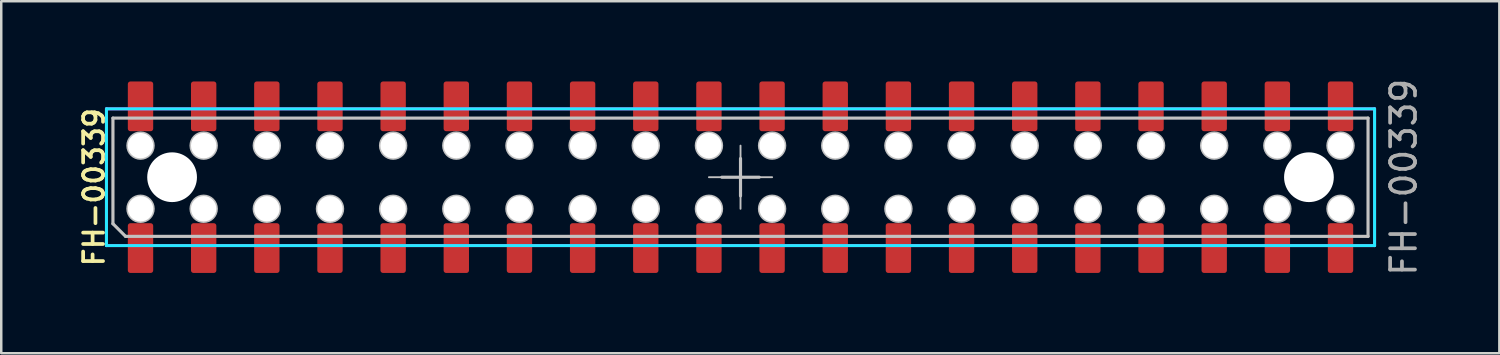
<source format=kicad_pcb>
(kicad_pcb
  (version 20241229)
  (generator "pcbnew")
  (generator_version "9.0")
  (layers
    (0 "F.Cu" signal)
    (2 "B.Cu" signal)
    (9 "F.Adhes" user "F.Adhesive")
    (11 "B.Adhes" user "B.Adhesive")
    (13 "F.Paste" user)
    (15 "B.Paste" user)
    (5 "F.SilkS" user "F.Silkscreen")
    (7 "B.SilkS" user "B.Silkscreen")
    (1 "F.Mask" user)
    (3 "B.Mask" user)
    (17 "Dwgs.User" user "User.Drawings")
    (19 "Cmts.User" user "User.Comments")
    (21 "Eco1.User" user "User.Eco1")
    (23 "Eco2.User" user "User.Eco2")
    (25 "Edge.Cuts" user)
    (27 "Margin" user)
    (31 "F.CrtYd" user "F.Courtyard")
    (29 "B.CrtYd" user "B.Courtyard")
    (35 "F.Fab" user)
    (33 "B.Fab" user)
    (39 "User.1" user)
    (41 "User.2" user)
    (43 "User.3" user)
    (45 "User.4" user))
  (footprint "FH-00339"
    (layer "F.Cu")
    (at 26.731 4.077)
    (property "Reference" "FH-00339" (at -26 0.4 270) (layer "F.SilkS") (effects (font (size 0.8 0.8) (thickness 0.15))))
    (fp_line (start -25.239 -2.377) (end 25.237 -2.377) (stroke (width 0.127) (type solid)) (layer "Dwgs.User"))
    (fp_line (start -25.239 1.871) (end -25.239 -2.377) (stroke (width 0.127) (type solid)) (layer "Dwgs.User"))
    (fp_line (start -24.731 2.379) (end -25.239 1.871) (stroke (width 0.127) (type solid)) (layer "Dwgs.User"))
    (fp_line (start -1.27 0) (end 1.27 0) (stroke (width 0.076) (type solid)) (layer "Dwgs.User"))
    (fp_line (start -0.75 0) (end 0.75 0) (stroke (width 0.127) (type solid)) (layer "Dwgs.User"))
    (fp_line (start 0 -1.27) (end 0 1.27) (stroke (width 0.076) (type solid)) (layer "Dwgs.User"))
    (fp_line (start 0 -0.75) (end 0 0.75) (stroke (width 0.127) (type solid)) (layer "Dwgs.User"))
    (fp_line (start 25.237 -2.377) (end 25.237 2.379) (stroke (width 0.127) (type solid)) (layer "Dwgs.User"))
    (fp_line (start 25.237 2.379) (end -24.731 2.379) (stroke (width 0.127) (type solid)) (layer "Dwgs.User"))
    (fp_circle (center -24.13 -1.27) (end -23.622 -1.27) (stroke (width 0.127) (type solid)) (fill no) (layer "Dwgs.User"))
    (fp_circle (center -24.13 1.27) (end -23.622 1.27) (stroke (width 0.127) (type solid)) (fill no) (layer "Dwgs.User"))
    (fp_circle (center -21.59 -1.27) (end -21.082 -1.27) (stroke (width 0.127) (type solid)) (fill no) (layer "Dwgs.User"))
    (fp_circle (center -21.59 1.27) (end -21.082 1.27) (stroke (width 0.127) (type solid)) (fill no) (layer "Dwgs.User"))
    (fp_circle (center -19.05 -1.27) (end -18.542 -1.27) (stroke (width 0.127) (type solid)) (fill no) (layer "Dwgs.User"))
    (fp_circle (center -19.05 1.27) (end -18.542 1.27) (stroke (width 0.127) (type solid)) (fill no) (layer "Dwgs.User"))
    (fp_circle (center -16.51 -1.27) (end -16.002 -1.27) (stroke (width 0.127) (type solid)) (fill no) (layer "Dwgs.User"))
    (fp_circle (center -16.51 1.27) (end -16.002 1.27) (stroke (width 0.127) (type solid)) (fill no) (layer "Dwgs.User"))
    (fp_circle (center -13.97 -1.27) (end -13.462 -1.27) (stroke (width 0.127) (type solid)) (fill no) (layer "Dwgs.User"))
    (fp_circle (center -13.97 1.27) (end -13.462 1.27) (stroke (width 0.127) (type solid)) (fill no) (layer "Dwgs.User"))
    (fp_circle (center -11.43 -1.27) (end -10.922 -1.27) (stroke (width 0.127) (type solid)) (fill no) (layer "Dwgs.User"))
    (fp_circle (center -11.43 1.27) (end -10.922 1.27) (stroke (width 0.127) (type solid)) (fill no) (layer "Dwgs.User"))
    (fp_circle (center -8.89 -1.27) (end -8.382 -1.27) (stroke (width 0.127) (type solid)) (fill no) (layer "Dwgs.User"))
    (fp_circle (center -8.89 1.27) (end -8.382 1.27) (stroke (width 0.127) (type solid)) (fill no) (layer "Dwgs.User"))
    (fp_circle (center -6.35 -1.27) (end -5.842 -1.27) (stroke (width 0.127) (type solid)) (fill no) (layer "Dwgs.User"))
    (fp_circle (center -6.35 1.27) (end -5.842 1.27) (stroke (width 0.127) (type solid)) (fill no) (layer "Dwgs.User"))
    (fp_circle (center -3.81 -1.27) (end -3.302 -1.27) (stroke (width 0.127) (type solid)) (fill no) (layer "Dwgs.User"))
    (fp_circle (center -3.81 1.27) (end -3.302 1.27) (stroke (width 0.127) (type solid)) (fill no) (layer "Dwgs.User"))
    (fp_circle (center -1.27 -1.27) (end -0.762 -1.27) (stroke (width 0.127) (type solid)) (fill no) (layer "Dwgs.User"))
    (fp_circle (center -1.27 1.27) (end -0.762 1.27) (stroke (width 0.127) (type solid)) (fill no) (layer "Dwgs.User"))
    (fp_circle (center 1.27 -1.27) (end 1.778 -1.27) (stroke (width 0.127) (type solid)) (fill no) (layer "Dwgs.User"))
    (fp_circle (center 1.27 1.27) (end 1.778 1.27) (stroke (width 0.127) (type solid)) (fill no) (layer "Dwgs.User"))
    (fp_circle (center 3.81 -1.27) (end 4.318 -1.27) (stroke (width 0.127) (type solid)) (fill no) (layer "Dwgs.User"))
    (fp_circle (center 3.81 1.27) (end 4.318 1.27) (stroke (width 0.127) (type solid)) (fill no) (layer "Dwgs.User"))
    (fp_circle (center 6.35 -1.27) (end 6.858 -1.27) (stroke (width 0.127) (type solid)) (fill no) (layer "Dwgs.User"))
    (fp_circle (center 6.35 1.27) (end 6.858 1.27) (stroke (width 0.127) (type solid)) (fill no) (layer "Dwgs.User"))
    (fp_circle (center 8.89 -1.27) (end 9.398 -1.27) (stroke (width 0.127) (type solid)) (fill no) (layer "Dwgs.User"))
    (fp_circle (center 8.89 1.27) (end 9.398 1.27) (stroke (width 0.127) (type solid)) (fill no) (layer "Dwgs.User"))
    (fp_circle (center 11.43 -1.27) (end 11.938 -1.27) (stroke (width 0.127) (type solid)) (fill no) (layer "Dwgs.User"))
    (fp_circle (center 11.43 1.27) (end 11.938 1.27) (stroke (width 0.127) (type solid)) (fill no) (layer "Dwgs.User"))
    (fp_circle (center 13.97 -1.27) (end 14.478 -1.27) (stroke (width 0.127) (type solid)) (fill no) (layer "Dwgs.User"))
    (fp_circle (center 13.97 1.27) (end 14.478 1.27) (stroke (width 0.127) (type solid)) (fill no) (layer "Dwgs.User"))
    (fp_circle (center 16.51 -1.27) (end 17.018 -1.27) (stroke (width 0.127) (type solid)) (fill no) (layer "Dwgs.User"))
    (fp_circle (center 16.51 1.27) (end 17.018 1.27) (stroke (width 0.127) (type solid)) (fill no) (layer "Dwgs.User"))
    (fp_circle (center 19.05 -1.27) (end 19.558 -1.27) (stroke (width 0.127) (type solid)) (fill no) (layer "Dwgs.User"))
    (fp_circle (center 19.05 1.27) (end 19.558 1.27) (stroke (width 0.127) (type solid)) (fill no) (layer "Dwgs.User"))
    (fp_circle (center 21.59 -1.27) (end 22.098 -1.27) (stroke (width 0.127) (type solid)) (fill no) (layer "Dwgs.User"))
    (fp_circle (center 21.59 1.27) (end 22.098 1.27) (stroke (width 0.127) (type solid)) (fill no) (layer "Dwgs.User"))
    (fp_circle (center 24.13 -1.27) (end 24.638 -1.27) (stroke (width 0.127) (type solid)) (fill no) (layer "Dwgs.User"))
    (fp_circle (center 24.13 1.27) (end 24.638 1.27) (stroke (width 0.127) (type solid)) (fill no) (layer "Dwgs.User"))
    (fp_line (start -25.5 -2.75) (end -25.5 2.75) (stroke (width 0.12) (type default)) (layer "B.CrtYd"))
    (fp_line (start -25.5 2.75) (end 25.5 2.75) (stroke (width 0.12) (type default)) (layer "B.CrtYd"))
    (fp_line (start 25.5 -2.75) (end -25.5 -2.75) (stroke (width 0.12) (type default)) (layer "B.CrtYd"))
    (fp_line (start 25.5 2.75) (end 25.5 -2.75) (stroke (width 0.12) (type default)) (layer "B.CrtYd"))
    (fp_line (start -25.5 -2.75) (end -25.5 2.75) (stroke (width 0.12) (type default)) (layer "F.CrtYd"))
    (fp_line (start -25.5 2.75) (end 25.5 2.75) (stroke (width 0.12) (type default)) (layer "F.CrtYd"))
    (fp_line (start 25.5 -2.75) (end -25.5 -2.75) (stroke (width 0.12) (type default)) (layer "F.CrtYd"))
    (fp_line (start 25.5 2.75) (end 25.5 -2.75) (stroke (width 0.12) (type default)) (layer "F.CrtYd"))
    (fp_text user "${REFERENCE}" (at 26.67 0 90) (unlocked yes) (layer "F.Fab") (effects (font (size 1 1) (thickness 0.15))))
    (pad "" np_thru_hole circle (at -24.13 -1.27) (size 1.02 1.02) (drill 1.02) (layers "*.Cu" "*.Mask"))
    (pad "" np_thru_hole circle (at -24.13 1.27) (size 1.02 1.02) (drill 1.02) (layers "*.Cu" "*.Mask"))
    (pad "" np_thru_hole circle (at -22.86 0) (size 2 2) (drill 2) (layers "*.Cu" "*.Mask"))
    (pad "" np_thru_hole circle (at -21.59 -1.27) (size 1.02 1.02) (drill 1.02) (layers "*.Cu" "*.Mask"))
    (pad "" np_thru_hole circle (at -21.59 1.27) (size 1.02 1.02) (drill 1.02) (layers "*.Cu" "*.Mask"))
    (pad "" np_thru_hole circle (at -19.05 -1.27) (size 1.02 1.02) (drill 1.02) (layers "*.Cu" "*.Mask"))
    (pad "" np_thru_hole circle (at -19.05 1.27) (size 1.02 1.02) (drill 1.02) (layers "*.Cu" "*.Mask"))
    (pad "" np_thru_hole circle (at -16.51 -1.27) (size 1.02 1.02) (drill 1.02) (layers "*.Cu" "*.Mask"))
    (pad "" np_thru_hole circle (at -16.51 1.27) (size 1.02 1.02) (drill 1.02) (layers "*.Cu" "*.Mask"))
    (pad "" np_thru_hole circle (at -13.97 -1.27) (size 1.02 1.02) (drill 1.02) (layers "*.Cu" "*.Mask"))
    (pad "" np_thru_hole circle (at -13.97 1.27) (size 1.02 1.02) (drill 1.02) (layers "*.Cu" "*.Mask"))
    (pad "" np_thru_hole circle (at -11.43 -1.27) (size 1.02 1.02) (drill 1.02) (layers "*.Cu" "*.Mask"))
    (pad "" np_thru_hole circle (at -11.43 1.27) (size 1.02 1.02) (drill 1.02) (layers "*.Cu" "*.Mask"))
    (pad "" np_thru_hole circle (at -8.89 -1.27) (size 1.02 1.02) (drill 1.02) (layers "*.Cu" "*.Mask"))
    (pad "" np_thru_hole circle (at -8.89 1.27) (size 1.02 1.02) (drill 1.02) (layers "*.Cu" "*.Mask"))
    (pad "" np_thru_hole circle (at -6.35 -1.27) (size 1.02 1.02) (drill 1.02) (layers "*.Cu" "*.Mask"))
    (pad "" np_thru_hole circle (at -6.35 1.27) (size 1.02 1.02) (drill 1.02) (layers "*.Cu" "*.Mask"))
    (pad "" np_thru_hole circle (at -3.81 -1.27) (size 1.02 1.02) (drill 1.02) (layers "*.Cu" "*.Mask"))
    (pad "" np_thru_hole circle (at -3.81 1.27) (size 1.02 1.02) (drill 1.02) (layers "*.Cu" "*.Mask"))
    (pad "" np_thru_hole circle (at -1.27 -1.27) (size 1.02 1.02) (drill 1.02) (layers "*.Cu" "*.Mask"))
    (pad "" np_thru_hole circle (at -1.27 1.27) (size 1.02 1.02) (drill 1.02) (layers "*.Cu" "*.Mask"))
    (pad "" np_thru_hole circle (at 1.27 -1.27) (size 1.02 1.02) (drill 1.02) (layers "*.Cu" "*.Mask"))
    (pad "" np_thru_hole circle (at 1.27 1.27) (size 1.02 1.02) (drill 1.02) (layers "*.Cu" "*.Mask"))
    (pad "" np_thru_hole circle (at 3.81 -1.27) (size 1.02 1.02) (drill 1.02) (layers "*.Cu" "*.Mask"))
    (pad "" np_thru_hole circle (at 3.81 1.27) (size 1.02 1.02) (drill 1.02) (layers "*.Cu" "*.Mask"))
    (pad "" np_thru_hole circle (at 6.35 -1.27) (size 1.02 1.02) (drill 1.02) (layers "*.Cu" "*.Mask"))
    (pad "" np_thru_hole circle (at 6.35 1.27) (size 1.02 1.02) (drill 1.02) (layers "*.Cu" "*.Mask"))
    (pad "" np_thru_hole circle (at 8.89 -1.27) (size 1.02 1.02) (drill 1.02) (layers "*.Cu" "*.Mask"))
    (pad "" np_thru_hole circle (at 8.89 1.27) (size 1.02 1.02) (drill 1.02) (layers "*.Cu" "*.Mask"))
    (pad "" np_thru_hole circle (at 11.43 -1.27) (size 1.02 1.02) (drill 1.02) (layers "*.Cu" "*.Mask"))
    (pad "" np_thru_hole circle (at 11.43 1.27) (size 1.02 1.02) (drill 1.02) (layers "*.Cu" "*.Mask"))
    (pad "" np_thru_hole circle (at 13.97 -1.27) (size 1.02 1.02) (drill 1.02) (layers "*.Cu" "*.Mask"))
    (pad "" np_thru_hole circle (at 13.97 1.27) (size 1.02 1.02) (drill 1.02) (layers "*.Cu" "*.Mask"))
    (pad "" np_thru_hole circle (at 16.51 -1.27) (size 1.02 1.02) (drill 1.02) (layers "*.Cu" "*.Mask"))
    (pad "" np_thru_hole circle (at 16.51 1.27) (size 1.02 1.02) (drill 1.02) (layers "*.Cu" "*.Mask"))
    (pad "" np_thru_hole circle (at 19.05 -1.27) (size 1.02 1.02) (drill 1.02) (layers "*.Cu" "*.Mask"))
    (pad "" np_thru_hole circle (at 19.05 1.27) (size 1.02 1.02) (drill 1.02) (layers "*.Cu" "*.Mask"))
    (pad "" np_thru_hole circle (at 21.59 -1.27) (size 1.02 1.02) (drill 1.02) (layers "*.Cu" "*.Mask"))
    (pad "" np_thru_hole circle (at 21.59 1.27) (size 1.02 1.02) (drill 1.02) (layers "*.Cu" "*.Mask"))
    (pad "" np_thru_hole circle (at 22.86 0) (size 2 2) (drill 2) (layers "*.Cu" "*.Mask"))
    (pad "" np_thru_hole circle (at 24.13 -1.27) (size 1.02 1.02) (drill 1.02) (layers "*.Cu" "*.Mask"))
    (pad "" np_thru_hole circle (at 24.13 1.27) (size 1.02 1.02) (drill 1.02) (layers "*.Cu" "*.Mask"))
    (pad "1" smd roundrect (at -24.13 2.85 90) (size 2 1.02) (layers "F.Cu" "F.Mask" "F.Paste") (roundrect_rratio 0.1))
    (pad "2" smd roundrect (at -24.13 -2.85 90) (size 2 1.02) (layers "F.Cu" "F.Mask" "F.Paste") (roundrect_rratio 0.1))
    (pad "3" smd roundrect (at -21.59 2.85 90) (size 2 1.02) (layers "F.Cu" "F.Mask" "F.Paste") (roundrect_rratio 0.1))
    (pad "4" smd roundrect (at -21.59 -2.85 90) (size 2 1.02) (layers "F.Cu" "F.Mask" "F.Paste") (roundrect_rratio 0.1))
    (pad "5" smd roundrect (at -19.05 2.85 90) (size 2 1.02) (layers "F.Cu" "F.Mask" "F.Paste") (roundrect_rratio 0.1))
    (pad "6" smd roundrect (at -19.05 -2.85 90) (size 2 1.02) (layers "F.Cu" "F.Mask" "F.Paste") (roundrect_rratio 0.1))
    (pad "7" smd roundrect (at -16.51 2.85 90) (size 2 1.02) (layers "F.Cu" "F.Mask" "F.Paste") (roundrect_rratio 0.1))
    (pad "8" smd roundrect (at -16.51 -2.85 90) (size 2 1.02) (layers "F.Cu" "F.Mask" "F.Paste") (roundrect_rratio 0.1))
    (pad "9" smd roundrect (at -13.97 2.85 90) (size 2 1.02) (layers "F.Cu" "F.Mask" "F.Paste") (roundrect_rratio 0.1))
    (pad "10" smd roundrect (at -13.97 -2.85 90) (size 2 1.02) (layers "F.Cu" "F.Mask" "F.Paste") (roundrect_rratio 0.1))
    (pad "11" smd roundrect (at -11.43 2.85 90) (size 2 1.02) (layers "F.Cu" "F.Mask" "F.Paste") (roundrect_rratio 0.1))
    (pad "12" smd roundrect (at -11.43 -2.85 90) (size 2 1.02) (layers "F.Cu" "F.Mask" "F.Paste") (roundrect_rratio 0.1))
    (pad "13" smd roundrect (at -8.89 2.85 90) (size 2 1.02) (layers "F.Cu" "F.Mask" "F.Paste") (roundrect_rratio 0.1))
    (pad "14" smd roundrect (at -8.89 -2.85 90) (size 2 1.02) (layers "F.Cu" "F.Mask" "F.Paste") (roundrect_rratio 0.1))
    (pad "15" smd roundrect (at -6.35 2.85 90) (size 2 1.02) (layers "F.Cu" "F.Mask" "F.Paste") (roundrect_rratio 0.1))
    (pad "16" smd roundrect (at -6.35 -2.85 90) (size 2 1.02) (layers "F.Cu" "F.Mask" "F.Paste") (roundrect_rratio 0.1))
    (pad "17" smd roundrect (at -3.81 2.85 90) (size 2 1.02) (layers "F.Cu" "F.Mask" "F.Paste") (roundrect_rratio 0.1))
    (pad "18" smd roundrect (at -3.81 -2.85 90) (size 2 1.02) (layers "F.Cu" "F.Mask" "F.Paste") (roundrect_rratio 0.1))
    (pad "19" smd roundrect (at -1.27 2.85 90) (size 2 1.02) (layers "F.Cu" "F.Mask" "F.Paste") (roundrect_rratio 0.1))
    (pad "20" smd roundrect (at -1.27 -2.85 90) (size 2 1.02) (layers "F.Cu" "F.Mask" "F.Paste") (roundrect_rratio 0.1))
    (pad "21" smd roundrect (at 1.27 2.85 90) (size 2 1.02) (layers "F.Cu" "F.Mask" "F.Paste") (roundrect_rratio 0.1))
    (pad "22" smd roundrect (at 1.27 -2.85 90) (size 2 1.02) (layers "F.Cu" "F.Mask" "F.Paste") (roundrect_rratio 0.1))
    (pad "23" smd roundrect (at 3.81 2.85 90) (size 2 1.02) (layers "F.Cu" "F.Mask" "F.Paste") (roundrect_rratio 0.1))
    (pad "24" smd roundrect (at 3.81 -2.85 90) (size 2 1.02) (layers "F.Cu" "F.Mask" "F.Paste") (roundrect_rratio 0.1))
    (pad "25" smd roundrect (at 6.35 2.85 90) (size 2 1.02) (layers "F.Cu" "F.Mask" "F.Paste") (roundrect_rratio 0.1))
    (pad "26" smd roundrect (at 6.35 -2.85 90) (size 2 1.02) (layers "F.Cu" "F.Mask" "F.Paste") (roundrect_rratio 0.1))
    (pad "27" smd roundrect (at 8.89 2.85 90) (size 2 1.02) (layers "F.Cu" "F.Mask" "F.Paste") (roundrect_rratio 0.1))
    (pad "28" smd roundrect (at 8.89 -2.85 90) (size 2 1.02) (layers "F.Cu" "F.Mask" "F.Paste") (roundrect_rratio 0.1))
    (pad "29" smd roundrect (at 11.43 2.85 90) (size 2 1.02) (layers "F.Cu" "F.Mask" "F.Paste") (roundrect_rratio 0.1))
    (pad "30" smd roundrect (at 11.43 -2.85 90) (size 2 1.02) (layers "F.Cu" "F.Mask" "F.Paste") (roundrect_rratio 0.1))
    (pad "31" smd roundrect (at 13.97 2.85 90) (size 2 1.02) (layers "F.Cu" "F.Mask" "F.Paste") (roundrect_rratio 0.1))
    (pad "32" smd roundrect (at 13.97 -2.85 90) (size 2 1.02) (layers "F.Cu" "F.Mask" "F.Paste") (roundrect_rratio 0.1))
    (pad "33" smd roundrect (at 16.51 2.85 90) (size 2 1.02) (layers "F.Cu" "F.Mask" "F.Paste") (roundrect_rratio 0.1))
    (pad "34" smd roundrect (at 16.51 -2.85 90) (size 2 1.02) (layers "F.Cu" "F.Mask" "F.Paste") (roundrect_rratio 0.1))
    (pad "35" smd roundrect (at 19.05 2.85 90) (size 2 1.02) (layers "F.Cu" "F.Mask" "F.Paste") (roundrect_rratio 0.1))
    (pad "36" smd roundrect (at 19.05 -2.85 90) (size 2 1.02) (layers "F.Cu" "F.Mask" "F.Paste") (roundrect_rratio 0.1))
    (pad "37" smd roundrect (at 21.59 2.85 90) (size 2 1.02) (layers "F.Cu" "F.Mask" "F.Paste") (roundrect_rratio 0.1))
    (pad "38" smd roundrect (at 21.59 -2.85 90) (size 2 1.02) (layers "F.Cu" "F.Mask" "F.Paste") (roundrect_rratio 0.1))
    (pad "39" smd roundrect (at 24.13 2.85 90) (size 2 1.02) (layers "F.Cu" "F.Mask" "F.Paste") (roundrect_rratio 0.1))
    (pad "40" smd roundrect (at 24.13 -2.85 90) (size 2 1.02) (layers "F.Cu" "F.Mask" "F.Paste") (roundrect_rratio 0.1)))
  (gr_rect
    (start -3 -3)
    (end 57.249 11.155)
    (stroke (width 0.1) (type default))
    (fill no)
    (layer "Edge.Cuts")))
</source>
